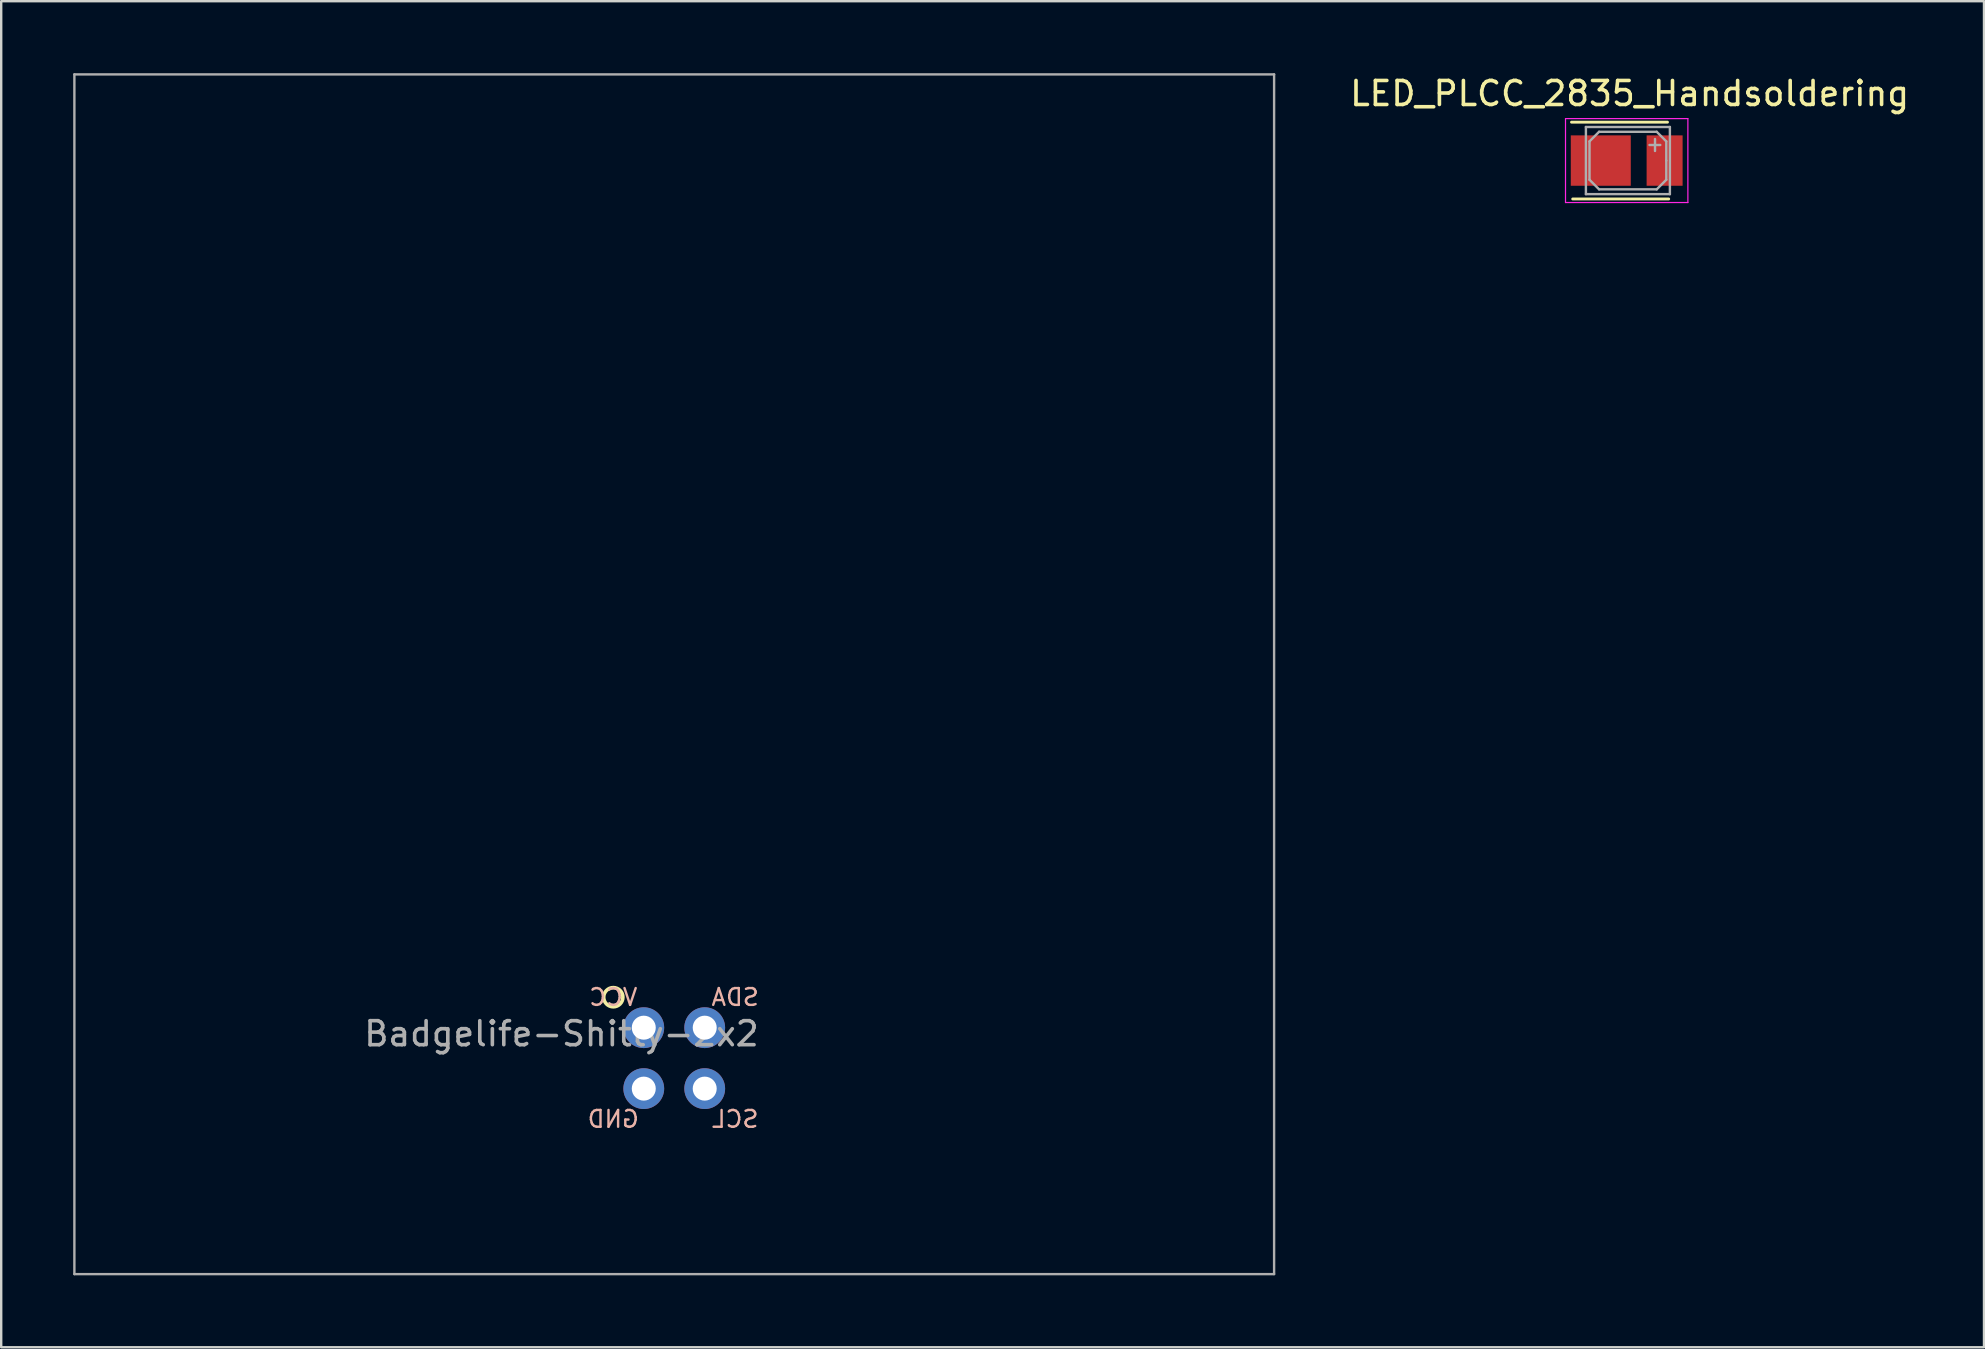
<source format=kicad_pcb>
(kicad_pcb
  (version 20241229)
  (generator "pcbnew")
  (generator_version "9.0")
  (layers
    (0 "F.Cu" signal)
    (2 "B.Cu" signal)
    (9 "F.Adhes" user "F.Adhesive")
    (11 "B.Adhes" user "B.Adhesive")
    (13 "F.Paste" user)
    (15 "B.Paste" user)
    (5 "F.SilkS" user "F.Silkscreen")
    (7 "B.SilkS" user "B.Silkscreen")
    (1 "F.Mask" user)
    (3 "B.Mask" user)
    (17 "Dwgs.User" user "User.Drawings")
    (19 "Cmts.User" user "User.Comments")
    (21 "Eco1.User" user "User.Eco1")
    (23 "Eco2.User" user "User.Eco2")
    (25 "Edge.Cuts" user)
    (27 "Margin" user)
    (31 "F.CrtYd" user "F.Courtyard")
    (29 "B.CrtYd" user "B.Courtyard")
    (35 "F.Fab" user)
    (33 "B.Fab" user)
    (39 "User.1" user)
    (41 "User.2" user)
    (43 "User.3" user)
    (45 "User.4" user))
  (footprint "Badgelife-Shitty-2x2"
    (layer "F.Cu")
    (at 25.05 41.05)
    (property "Reference" "Badgelife-Shitty-2x2" (at -4.699 -1.016 0) (layer "F.Fab") (effects (font (size 1 1) (thickness 0.15))))
    (attr through_hole)
    (fp_circle (center -2.54 -2.54) (end -2.14 -2.54) (stroke (width 0.15) (type solid)) (fill no) (layer "F.SilkS"))
    (fp_line (start -25 -41) (end -25 9) (stroke (width 0.1) (type solid)) (layer "F.Fab"))
    (fp_line (start -25 -41) (end 25 -41) (stroke (width 0.1) (type solid)) (layer "F.Fab"))
    (fp_line (start -25 9) (end 25 9) (stroke (width 0.1) (type solid)) (layer "F.Fab"))
    (fp_line (start 25 -41) (end 25 9) (stroke (width 0.1) (type solid)) (layer "F.Fab"))
    (fp_text user "SDA" (at 2.54 -2.54 0) (layer "B.SilkS") (effects (font (size 0.7 0.7) (thickness 0.1)) (justify mirror)))
    (fp_text user "VCC" (at -2.54 -2.54 0) (layer "B.SilkS") (effects (font (size 0.7 0.7) (thickness 0.1)) (justify mirror)))
    (fp_text user "SCL" (at 2.54 2.54 0) (layer "B.SilkS") (effects (font (size 0.7 0.7) (thickness 0.1)) (justify mirror)))
    (fp_text user "GND" (at -2.54 2.54 0) (layer "B.SilkS") (effects (font (size 0.7 0.7) (thickness 0.1)) (justify mirror)))
    (pad "1" thru_hole oval (at -1.27 -1.27) (size 1.7 1.7) (drill 1) (layers "*.Cu" "*.Mask"))
    (pad "2" thru_hole oval (at -1.27 1.27) (size 1.7 1.7) (drill 1) (layers "*.Cu" "*.Mask"))
    (pad "3" thru_hole oval (at 1.27 1.27) (size 1.7 1.7) (drill 1) (layers "*.Cu" "*.Mask"))
    (pad "4" thru_hole circle (at 1.27 -1.27) (size 1.7 1.7) (drill 1) (layers "*.Cu" "*.Mask")))
  (footprint "LED_PLCC_2835_Handsoldering"
    (layer "F.Cu")
    (at 64.995 3.642)
    (property "Reference" "LED_PLCC_2835_Handsoldering" (at -0.127 -2.794 0) (layer "F.SilkS") (effects (font (size 1 1) (thickness 0.15))))
    (attr smd)
    (fp_line (start 1.45 -1.6) (end -2.55 -1.6) (stroke (width 0.12) (type solid)) (layer "F.SilkS"))
    (fp_line (start 1.5 1.6) (end -2.5 1.6) (stroke (width 0.12) (type solid)) (layer "F.SilkS"))
    (fp_line (start -2.8 -1.75) (end 2.3 -1.75) (stroke (width 0.05) (type solid)) (layer "F.CrtYd"))
    (fp_line (start -2.8 1.75) (end -2.8 -1.75) (stroke (width 0.05) (type solid)) (layer "F.CrtYd"))
    (fp_line (start 2.3 -1.75) (end 2.3 1.75) (stroke (width 0.05) (type solid)) (layer "F.CrtYd"))
    (fp_line (start 2.3 1.75) (end -2.8 1.75) (stroke (width 0.05) (type solid)) (layer "F.CrtYd"))
    (fp_line (start -1.95 -1.4) (end 1.55 -1.4) (stroke (width 0.1) (type solid)) (layer "F.Fab"))
    (fp_line (start -1.95 1.4) (end -1.95 -1.4) (stroke (width 0.1) (type solid)) (layer "F.Fab"))
    (fp_line (start -1.8 -0.8) (end -1.4 -1.2) (stroke (width 0.1) (type solid)) (layer "F.Fab"))
    (fp_line (start -1.8 0.8) (end -1.8 -0.8) (stroke (width 0.1) (type solid)) (layer "F.Fab"))
    (fp_line (start -1.4 -1.2) (end 1 -1.2) (stroke (width 0.1) (type solid)) (layer "F.Fab"))
    (fp_line (start -1.4 1.2) (end -1.8 0.8) (stroke (width 0.1) (type solid)) (layer "F.Fab"))
    (fp_line (start 0.93 -0.4) (end 0.93 -0.9) (stroke (width 0.1) (type solid)) (layer "F.Fab"))
    (fp_line (start 1 -1.2) (end 1.4 -0.8) (stroke (width 0.1) (type solid)) (layer "F.Fab"))
    (fp_line (start 1 1.2) (end -1.4 1.2) (stroke (width 0.1) (type solid)) (layer "F.Fab"))
    (fp_line (start 1.15 -0.65) (end 0.7 -0.65) (stroke (width 0.1) (type solid)) (layer "F.Fab"))
    (fp_line (start 1.4 -0.8) (end 1.4 0) (stroke (width 0.1) (type solid)) (layer "F.Fab"))
    (fp_line (start 1.4 0) (end 1.4 0.8) (stroke (width 0.1) (type solid)) (layer "F.Fab"))
    (fp_line (start 1.4 0.8) (end 1 1.2) (stroke (width 0.1) (type solid)) (layer "F.Fab"))
    (fp_line (start 1.55 -1.4) (end 1.55 1.4) (stroke (width 0.1) (type solid)) (layer "F.Fab"))
    (fp_line (start 1.55 1.4) (end -1.95 1.4) (stroke (width 0.1) (type solid)) (layer "F.Fab"))
    (pad "1" smd rect (at -1.33 0 180) (size 2.5 2.1) (layers "F.Cu" "F.Mask" "F.Paste"))
    (pad "2" smd rect (at 1.33 0 180) (size 1.5 2.1) (layers "F.Cu" "F.Mask" "F.Paste")))
  (gr_rect
    (start -3 -3)
    (end 79.636 53.1)
    (stroke (width 0.1) (type default))
    (fill no)
    (layer "Edge.Cuts")))
</source>
